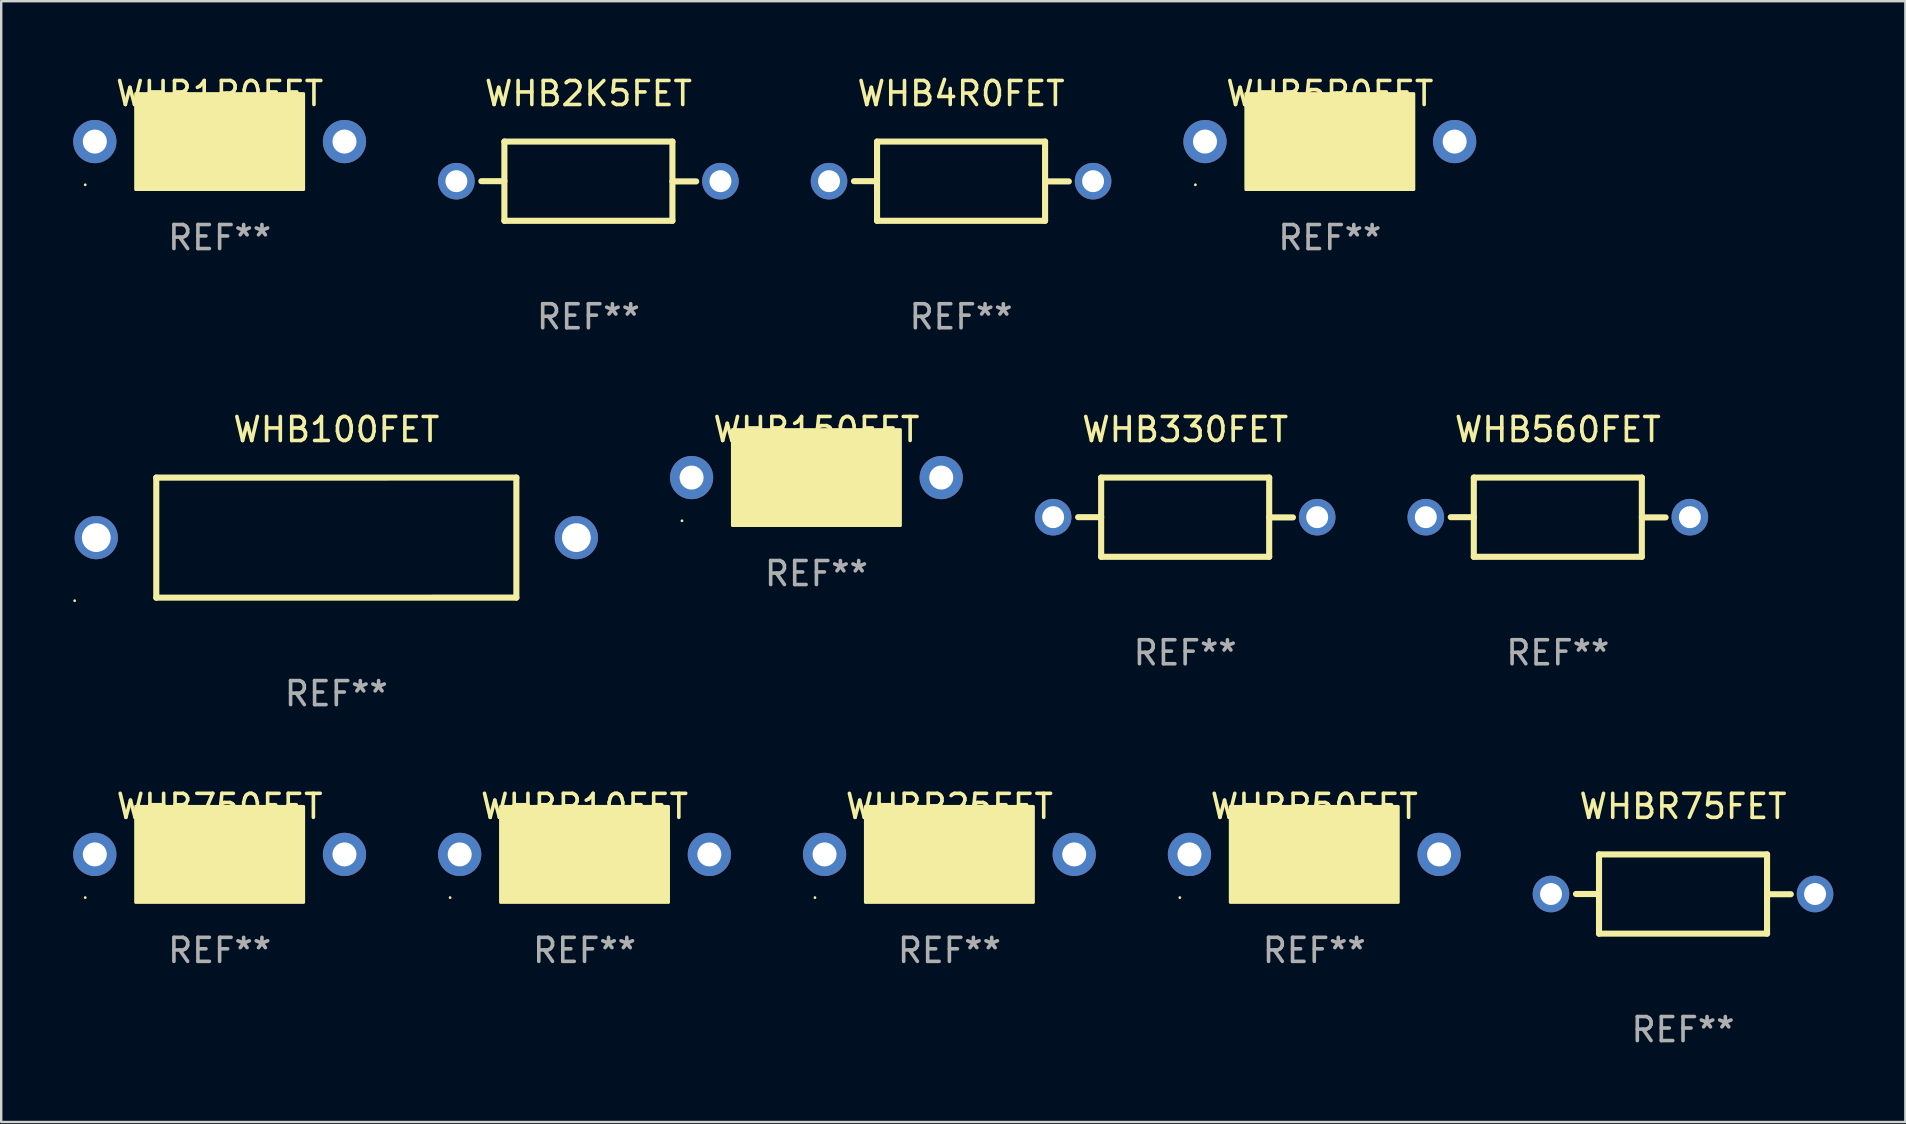
<source format=kicad_pcb>
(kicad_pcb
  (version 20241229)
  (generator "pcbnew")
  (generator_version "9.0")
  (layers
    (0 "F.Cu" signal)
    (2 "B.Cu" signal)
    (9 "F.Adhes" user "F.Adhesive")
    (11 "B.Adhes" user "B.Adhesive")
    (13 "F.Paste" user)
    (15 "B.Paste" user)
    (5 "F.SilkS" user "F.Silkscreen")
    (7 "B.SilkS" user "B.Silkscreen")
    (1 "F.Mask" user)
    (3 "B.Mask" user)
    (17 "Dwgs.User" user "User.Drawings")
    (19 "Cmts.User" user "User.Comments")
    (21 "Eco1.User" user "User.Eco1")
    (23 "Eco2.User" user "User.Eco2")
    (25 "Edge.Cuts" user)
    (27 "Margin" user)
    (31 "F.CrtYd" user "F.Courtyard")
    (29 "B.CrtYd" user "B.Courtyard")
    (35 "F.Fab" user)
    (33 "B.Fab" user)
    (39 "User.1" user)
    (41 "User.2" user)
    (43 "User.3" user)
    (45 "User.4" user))
  (footprint "WHB5R0FET"
    (layer "F.Cu")
    (at 52.348 2.848)
    (property "Reference" "WHB5R0FET" (at 0 -2 0) (layer "F.SilkS") (effects (font (size 1 1) (thickness 0.15))))
    (attr through_hole)
    (fp_circle (center -5.6 1.8) (end -5.57 1.8) (stroke (width 0.06) (type solid)) (fill no) (layer "F.SilkS"))
    (fp_poly (pts (xy -3.5 -2) (xy 3.5 -2) (xy 3.5 2) (xy -3.5 2)) (stroke (width 0.12) (type solid)) (fill yes) (layer "F.SilkS"))
    (fp_text user "REF**" (at 0 4 0) (layer "F.Fab") (effects (font (size 1 1) (thickness 0.15))))
    (pad "1" thru_hole circle (at -5.2 0) (size 1.8 1.8) (drill 1) (layers "*.Cu" "*.Mask"))
    (pad "2" thru_hole circle (at 5.2 0) (size 1.8 1.8) (drill 1) (layers "*.Cu" "*.Mask")))
  (footprint "WHB560FET"
    (layer "F.Cu")
    (at 61.846 18.495)
    (property "Reference" "WHB560FET" (at 0 -3.65 0) (layer "F.SilkS") (effects (font (size 1 1) (thickness 0.15))))
    (attr through_hole)
    (fp_line (start -3.5 -1.65) (end -3.5 1.65) (stroke (width 0.254) (type solid)) (layer "F.SilkS"))
    (fp_line (start -3.5 -1.65) (end 3.5 -1.65) (stroke (width 0.254) (type solid)) (layer "F.SilkS"))
    (fp_line (start -3.5 -0.000368) (end -4.46 -0.000368) (stroke (width 0.254) (type solid)) (layer "F.SilkS"))
    (fp_line (start -3.5 1.65) (end 3.5 1.65) (stroke (width 0.254) (type solid)) (layer "F.SilkS"))
    (fp_line (start 3.5 -1.65) (end 3.5 1.65) (stroke (width 0.254) (type solid)) (layer "F.SilkS"))
    (fp_line (start 3.5 0.009) (end 4.49 0.009) (stroke (width 0.254) (type solid)) (layer "F.SilkS"))
    (fp_text user "REF**" (at 0 5.65 0) (layer "F.Fab") (effects (font (size 1 1) (thickness 0.15))))
    (pad "1" thru_hole circle (at -5.5 0.000013) (size 1.524 1.524) (drill 0.914) (layers "*.Cu" "*.Mask"))
    (pad "2" thru_hole circle (at 5.5 0.000013) (size 1.524 1.524) (drill 0.914) (layers "*.Cu" "*.Mask")))
  (footprint "WHB330FET"
    (layer "F.Cu")
    (at 46.322 18.495)
    (property "Reference" "WHB330FET" (at 0 -3.65 0) (layer "F.SilkS") (effects (font (size 1 1) (thickness 0.15))))
    (attr through_hole)
    (fp_line (start -3.5 -1.65) (end -3.5 1.65) (stroke (width 0.254) (type solid)) (layer "F.SilkS"))
    (fp_line (start -3.5 -1.65) (end 3.5 -1.65) (stroke (width 0.254) (type solid)) (layer "F.SilkS"))
    (fp_line (start -3.5 -0.000368) (end -4.46 -0.000368) (stroke (width 0.254) (type solid)) (layer "F.SilkS"))
    (fp_line (start -3.5 1.65) (end 3.5 1.65) (stroke (width 0.254) (type solid)) (layer "F.SilkS"))
    (fp_line (start 3.5 -1.65) (end 3.5 1.65) (stroke (width 0.254) (type solid)) (layer "F.SilkS"))
    (fp_line (start 3.5 0.009) (end 4.49 0.009) (stroke (width 0.254) (type solid)) (layer "F.SilkS"))
    (fp_text user "REF**" (at 0 5.65 0) (layer "F.Fab") (effects (font (size 1 1) (thickness 0.15))))
    (pad "1" thru_hole circle (at -5.5 0.000013) (size 1.524 1.524) (drill 0.914) (layers "*.Cu" "*.Mask"))
    (pad "2" thru_hole circle (at 5.5 0.000013) (size 1.524 1.524) (drill 0.914) (layers "*.Cu" "*.Mask")))
  (footprint "WHBR10FET"
    (layer "F.Cu")
    (at 21.3 32.543)
    (property "Reference" "WHBR10FET" (at 0 -2 0) (layer "F.SilkS") (effects (font (size 1 1) (thickness 0.15))))
    (attr through_hole)
    (fp_circle (center -5.6 1.8) (end -5.57 1.8) (stroke (width 0.06) (type solid)) (fill no) (layer "F.SilkS"))
    (fp_poly (pts (xy -3.5 -2) (xy 3.5 -2) (xy 3.5 2) (xy -3.5 2)) (stroke (width 0.12) (type solid)) (fill yes) (layer "F.SilkS"))
    (fp_text user "REF**" (at 0 4 0) (layer "F.Fab") (effects (font (size 1 1) (thickness 0.15))))
    (pad "1" thru_hole circle (at -5.2 0) (size 1.8 1.8) (drill 1) (layers "*.Cu" "*.Mask"))
    (pad "2" thru_hole circle (at 5.2 0) (size 1.8 1.8) (drill 1) (layers "*.Cu" "*.Mask")))
  (footprint "WHB100FET"
    (layer "F.Cu")
    (at 10.96 19.346)
    (property "Reference" "WHB100FET" (at 0 -4.501 0) (layer "F.SilkS") (effects (font (size 1 1) (thickness 0.15))))
    (attr through_hole)
    (fp_line (start -7.5 -2.5) (end 7.5 -2.501) (stroke (width 0.254) (type solid)) (layer "F.SilkS"))
    (fp_line (start -7.5 2.501) (end -7.5 -2.5) (stroke (width 0.254) (type solid)) (layer "F.SilkS"))
    (fp_line (start 7.5 -2.501) (end 7.5 2.499) (stroke (width 0.254) (type solid)) (layer "F.SilkS"))
    (fp_line (start 7.5 2.499) (end -7.5 2.501) (stroke (width 0.254) (type solid)) (layer "F.SilkS"))
    (fp_circle (center -10.9 2.628) (end -10.87 2.628) (stroke (width 0.06) (type solid)) (fill no) (layer "F.SilkS"))
    (fp_text user "REF**" (at 0 6.501 0) (layer "F.Fab") (effects (font (size 1 1) (thickness 0.15))))
    (pad "1" thru_hole circle (at -10 0.000013) (size 1.8 1.8) (drill 1.2) (layers "*.Cu" "*.Mask"))
    (pad "2" thru_hole circle (at 10 0.000013) (size 1.8 1.8) (drill 1.2) (layers "*.Cu" "*.Mask")))
  (footprint "WHBR25FET"
    (layer "F.Cu")
    (at 36.5 32.543)
    (property "Reference" "WHBR25FET" (at 0 -2 0) (layer "F.SilkS") (effects (font (size 1 1) (thickness 0.15))))
    (attr through_hole)
    (fp_circle (center -5.6 1.8) (end -5.57 1.8) (stroke (width 0.06) (type solid)) (fill no) (layer "F.SilkS"))
    (fp_poly (pts (xy -3.5 -2) (xy 3.5 -2) (xy 3.5 2) (xy -3.5 2)) (stroke (width 0.12) (type solid)) (fill yes) (layer "F.SilkS"))
    (fp_text user "REF**" (at 0 4 0) (layer "F.Fab") (effects (font (size 1 1) (thickness 0.15))))
    (pad "1" thru_hole circle (at -5.2 0) (size 1.8 1.8) (drill 1) (layers "*.Cu" "*.Mask"))
    (pad "2" thru_hole circle (at 5.2 0) (size 1.8 1.8) (drill 1) (layers "*.Cu" "*.Mask")))
  (footprint "WHB4R0FET"
    (layer "F.Cu")
    (at 36.986 4.498)
    (property "Reference" "WHB4R0FET" (at 0 -3.65 0) (layer "F.SilkS") (effects (font (size 1 1) (thickness 0.15))))
    (attr through_hole)
    (fp_line (start -3.5 -1.65) (end -3.5 1.65) (stroke (width 0.254) (type solid)) (layer "F.SilkS"))
    (fp_line (start -3.5 -1.65) (end 3.5 -1.65) (stroke (width 0.254) (type solid)) (layer "F.SilkS"))
    (fp_line (start -3.5 -0.000368) (end -4.46 -0.000368) (stroke (width 0.254) (type solid)) (layer "F.SilkS"))
    (fp_line (start -3.5 1.65) (end 3.5 1.65) (stroke (width 0.254) (type solid)) (layer "F.SilkS"))
    (fp_line (start 3.5 -1.65) (end 3.5 1.65) (stroke (width 0.254) (type solid)) (layer "F.SilkS"))
    (fp_line (start 3.5 0.009) (end 4.49 0.009) (stroke (width 0.254) (type solid)) (layer "F.SilkS"))
    (fp_text user "REF**" (at 0 5.65 0) (layer "F.Fab") (effects (font (size 1 1) (thickness 0.15))))
    (pad "1" thru_hole circle (at -5.5 0.000013) (size 1.524 1.524) (drill 0.914) (layers "*.Cu" "*.Mask"))
    (pad "2" thru_hole circle (at 5.5 0.000013) (size 1.524 1.524) (drill 0.914) (layers "*.Cu" "*.Mask")))
  (footprint "WHB750FET"
    (layer "F.Cu")
    (at 6.1 32.543)
    (property "Reference" "WHB750FET" (at 0 -2 0) (layer "F.SilkS") (effects (font (size 1 1) (thickness 0.15))))
    (attr through_hole)
    (fp_circle (center -5.6 1.8) (end -5.57 1.8) (stroke (width 0.06) (type solid)) (fill no) (layer "F.SilkS"))
    (fp_poly (pts (xy -3.5 -2) (xy 3.5 -2) (xy 3.5 2) (xy -3.5 2)) (stroke (width 0.12) (type solid)) (fill yes) (layer "F.SilkS"))
    (fp_text user "REF**" (at 0 4 0) (layer "F.Fab") (effects (font (size 1 1) (thickness 0.15))))
    (pad "1" thru_hole circle (at -5.2 0) (size 1.8 1.8) (drill 1) (layers "*.Cu" "*.Mask"))
    (pad "2" thru_hole circle (at 5.2 0) (size 1.8 1.8) (drill 1) (layers "*.Cu" "*.Mask")))
  (footprint "WHB150FET"
    (layer "F.Cu")
    (at 30.96 16.845)
    (property "Reference" "WHB150FET" (at 0 -2 0) (layer "F.SilkS") (effects (font (size 1 1) (thickness 0.15))))
    (attr through_hole)
    (fp_circle (center -5.6 1.8) (end -5.57 1.8) (stroke (width 0.06) (type solid)) (fill no) (layer "F.SilkS"))
    (fp_poly (pts (xy -3.5 -2) (xy 3.5 -2) (xy 3.5 2) (xy -3.5 2)) (stroke (width 0.12) (type solid)) (fill yes) (layer "F.SilkS"))
    (fp_text user "REF**" (at 0 4 0) (layer "F.Fab") (effects (font (size 1 1) (thickness 0.15))))
    (pad "1" thru_hole circle (at -5.2 0) (size 1.8 1.8) (drill 1) (layers "*.Cu" "*.Mask"))
    (pad "2" thru_hole circle (at 5.2 0) (size 1.8 1.8) (drill 1) (layers "*.Cu" "*.Mask")))
  (footprint "WHB1R0FET"
    (layer "F.Cu")
    (at 6.1 2.848)
    (property "Reference" "WHB1R0FET" (at 0 -2 0) (layer "F.SilkS") (effects (font (size 1 1) (thickness 0.15))))
    (attr through_hole)
    (fp_circle (center -5.6 1.8) (end -5.57 1.8) (stroke (width 0.06) (type solid)) (fill no) (layer "F.SilkS"))
    (fp_poly (pts (xy -3.5 -2) (xy 3.5 -2) (xy 3.5 2) (xy -3.5 2)) (stroke (width 0.12) (type solid)) (fill yes) (layer "F.SilkS"))
    (fp_text user "REF**" (at 0 4 0) (layer "F.Fab") (effects (font (size 1 1) (thickness 0.15))))
    (pad "1" thru_hole circle (at -5.2 0) (size 1.8 1.8) (drill 1) (layers "*.Cu" "*.Mask"))
    (pad "2" thru_hole circle (at 5.2 0) (size 1.8 1.8) (drill 1) (layers "*.Cu" "*.Mask")))
  (footprint "WHBR50FET"
    (layer "F.Cu")
    (at 51.7 32.543)
    (property "Reference" "WHBR50FET" (at 0 -2 0) (layer "F.SilkS") (effects (font (size 1 1) (thickness 0.15))))
    (attr through_hole)
    (fp_circle (center -5.6 1.8) (end -5.57 1.8) (stroke (width 0.06) (type solid)) (fill no) (layer "F.SilkS"))
    (fp_poly (pts (xy -3.5 -2) (xy 3.5 -2) (xy 3.5 2) (xy -3.5 2)) (stroke (width 0.12) (type solid)) (fill yes) (layer "F.SilkS"))
    (fp_text user "REF**" (at 0 4 0) (layer "F.Fab") (effects (font (size 1 1) (thickness 0.15))))
    (pad "1" thru_hole circle (at -5.2 0) (size 1.8 1.8) (drill 1) (layers "*.Cu" "*.Mask"))
    (pad "2" thru_hole circle (at 5.2 0) (size 1.8 1.8) (drill 1) (layers "*.Cu" "*.Mask")))
  (footprint "WHBR75FET"
    (layer "F.Cu")
    (at 67.062 34.193)
    (property "Reference" "WHBR75FET" (at 0 -3.65 0) (layer "F.SilkS") (effects (font (size 1 1) (thickness 0.15))))
    (attr through_hole)
    (fp_line (start -3.5 -1.65) (end -3.5 1.65) (stroke (width 0.254) (type solid)) (layer "F.SilkS"))
    (fp_line (start -3.5 -1.65) (end 3.5 -1.65) (stroke (width 0.254) (type solid)) (layer "F.SilkS"))
    (fp_line (start -3.5 -0.000368) (end -4.46 -0.000368) (stroke (width 0.254) (type solid)) (layer "F.SilkS"))
    (fp_line (start -3.5 1.65) (end 3.5 1.65) (stroke (width 0.254) (type solid)) (layer "F.SilkS"))
    (fp_line (start 3.5 -1.65) (end 3.5 1.65) (stroke (width 0.254) (type solid)) (layer "F.SilkS"))
    (fp_line (start 3.5 0.009) (end 4.49 0.009) (stroke (width 0.254) (type solid)) (layer "F.SilkS"))
    (fp_text user "REF**" (at 0 5.65 0) (layer "F.Fab") (effects (font (size 1 1) (thickness 0.15))))
    (pad "1" thru_hole circle (at -5.5 0.000013) (size 1.524 1.524) (drill 0.914) (layers "*.Cu" "*.Mask"))
    (pad "2" thru_hole circle (at 5.5 0.000013) (size 1.524 1.524) (drill 0.914) (layers "*.Cu" "*.Mask")))
  (footprint "WHB2K5FET"
    (layer "F.Cu")
    (at 21.462 4.498)
    (property "Reference" "WHB2K5FET" (at 0 -3.65 0) (layer "F.SilkS") (effects (font (size 1 1) (thickness 0.15))))
    (attr through_hole)
    (fp_line (start -3.5 -1.65) (end -3.5 1.65) (stroke (width 0.254) (type solid)) (layer "F.SilkS"))
    (fp_line (start -3.5 -1.65) (end 3.5 -1.65) (stroke (width 0.254) (type solid)) (layer "F.SilkS"))
    (fp_line (start -3.5 -0.000368) (end -4.46 -0.000368) (stroke (width 0.254) (type solid)) (layer "F.SilkS"))
    (fp_line (start -3.5 1.65) (end 3.5 1.65) (stroke (width 0.254) (type solid)) (layer "F.SilkS"))
    (fp_line (start 3.5 -1.65) (end 3.5 1.65) (stroke (width 0.254) (type solid)) (layer "F.SilkS"))
    (fp_line (start 3.5 0.009) (end 4.49 0.009) (stroke (width 0.254) (type solid)) (layer "F.SilkS"))
    (fp_text user "REF**" (at 0 5.65 0) (layer "F.Fab") (effects (font (size 1 1) (thickness 0.15))))
    (pad "1" thru_hole circle (at -5.5 0.000013) (size 1.524 1.524) (drill 0.914) (layers "*.Cu" "*.Mask"))
    (pad "2" thru_hole circle (at 5.5 0.000013) (size 1.524 1.524) (drill 0.914) (layers "*.Cu" "*.Mask")))
  (gr_rect
    (start -3 -3)
    (end 76.324 43.691)
    (stroke (width 0.1) (type default))
    (fill no)
    (layer "Edge.Cuts")))
</source>
